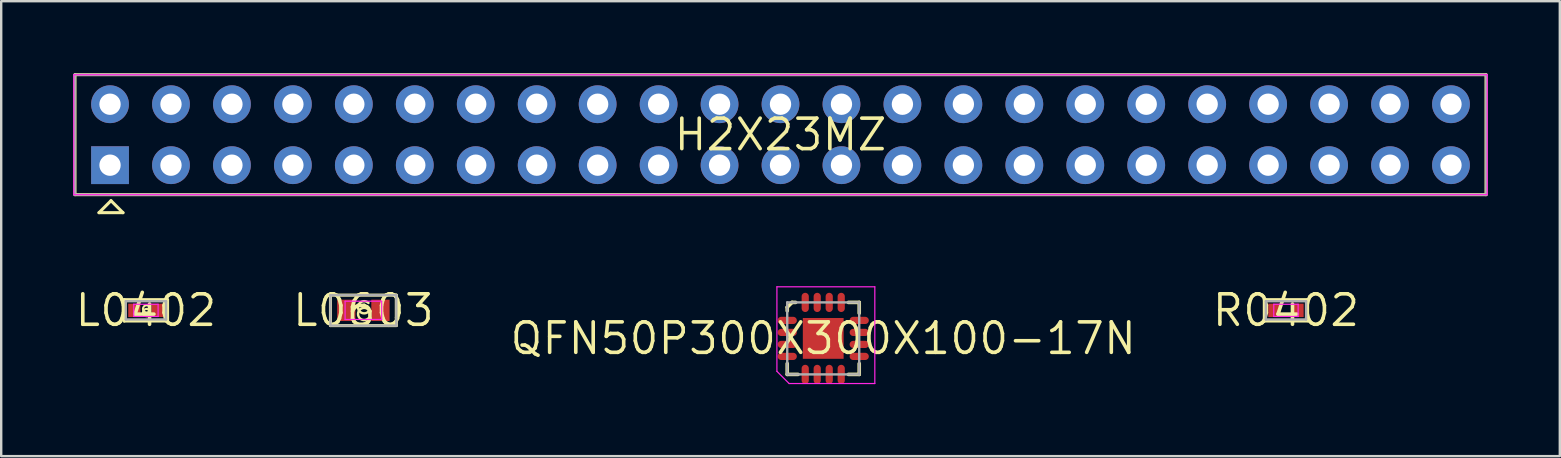
<source format=kicad_pcb>
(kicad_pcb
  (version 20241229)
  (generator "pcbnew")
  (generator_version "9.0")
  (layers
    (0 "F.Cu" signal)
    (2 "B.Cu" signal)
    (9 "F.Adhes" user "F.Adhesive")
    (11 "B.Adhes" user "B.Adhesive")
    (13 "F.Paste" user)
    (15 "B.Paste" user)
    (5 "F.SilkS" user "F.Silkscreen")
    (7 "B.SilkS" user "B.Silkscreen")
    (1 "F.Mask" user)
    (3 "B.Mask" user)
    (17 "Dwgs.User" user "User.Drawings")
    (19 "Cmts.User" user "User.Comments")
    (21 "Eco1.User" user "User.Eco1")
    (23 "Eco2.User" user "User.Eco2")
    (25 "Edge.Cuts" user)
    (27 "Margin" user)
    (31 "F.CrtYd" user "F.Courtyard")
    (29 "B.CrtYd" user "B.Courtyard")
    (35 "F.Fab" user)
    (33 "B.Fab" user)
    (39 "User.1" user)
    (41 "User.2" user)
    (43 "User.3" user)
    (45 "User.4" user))
  (footprint "L0603"
    (layer "F.Cu")
    (at 12.093 9.883)
    (property "Reference" "L0603" (at 0 0 180) (layer "F.SilkS") (effects (font (size 1.27 1.27) (thickness 0.15))))
    (fp_line (start -1.372 -0.635) (end 1.372 -0.635) (stroke (width 0.127) (type solid)) (layer "F.SilkS"))
    (fp_line (start -1.372 0.635) (end -1.372 -0.635) (stroke (width 0.127) (type solid)) (layer "F.SilkS"))
    (fp_line (start 1.054 0.635) (end -1.372 0.635) (stroke (width 0.127) (type solid)) (layer "F.SilkS"))
    (fp_line (start 1.372 -0.635) (end 1.372 0.305) (stroke (width 0.127) (type solid)) (layer "F.SilkS"))
    (fp_line (start 1.372 0.301) (end 1.372 0.635) (stroke (width 0.127) (type solid)) (layer "F.SilkS"))
    (fp_line (start 1.372 0.635) (end 1.054 0.635) (stroke (width 0.127) (type solid)) (layer "F.SilkS"))
    (fp_arc (start 0.211099 0.050801) (mid -0.222473 -0.128803) (end 0.211099 -0.308407) (stroke (width 0.1016) (type solid)) (layer "F.SilkS"))
    (fp_arc (start 0.211099 0.330201) (mid -0.222473 0.150597) (end 0.211099 -0.029007) (stroke (width 0.1016) (type solid)) (layer "F.SilkS"))
    (fp_line (start -0.762 -0.381) (end 0.762 -0.381) (stroke (width 0.05) (type solid)) (layer "F.CrtYd"))
    (fp_line (start -0.762 0.381) (end -0.762 -0.381) (stroke (width 0.05) (type solid)) (layer "F.CrtYd"))
    (fp_line (start 0.762 -0.381) (end 0.762 0.381) (stroke (width 0.05) (type solid)) (layer "F.CrtYd"))
    (fp_line (start 0.762 0.381) (end -0.762 0.381) (stroke (width 0.05) (type solid)) (layer "F.CrtYd"))
    (fp_line (start -1.372 -0.635) (end -1.372 0.635) (stroke (width 0.1) (type solid)) (layer "F.Fab"))
    (fp_line (start -1.372 0.635) (end 1.372 0.635) (stroke (width 0.1) (type solid)) (layer "F.Fab"))
    (fp_line (start 1.372 -0.635) (end -1.372 -0.635) (stroke (width 0.1) (type solid)) (layer "F.Fab"))
    (fp_line (start 1.372 0.635) (end 1.372 -0.635) (stroke (width 0.1) (type solid)) (layer "F.Fab"))
    (pad "1" smd rect (at 0.711 0) (size 0.762 0.889) (layers "F.Cu" "F.Mask" "F.Paste"))
    (pad "2" smd rect (at -0.711 0) (size 0.762 0.889) (layers "F.Cu" "F.Mask" "F.Paste")))
  (footprint "L0402"
    (layer "F.Cu")
    (at 3.031 9.883)
    (property "Reference" "L0402" (at 0 0 180) (layer "F.SilkS") (effects (font (size 1.27 1.27) (thickness 0.15))))
    (fp_line (start -0.902 -0.445) (end 0.902 -0.445) (stroke (width 0.127) (type solid)) (layer "F.SilkS"))
    (fp_line (start -0.902 0.445) (end -0.902 -0.445) (stroke (width 0.127) (type solid)) (layer "F.SilkS"))
    (fp_line (start 0.902 -0.445) (end 0.902 0.432) (stroke (width 0.127) (type solid)) (layer "F.SilkS"))
    (fp_line (start 0.902 0.445) (end -0.902 0.445) (stroke (width 0.127) (type solid)) (layer "F.SilkS"))
    (fp_arc (start 0.136195 0.0477) (mid -0.123929 -0.060046) (end 0.136195 -0.167792) (stroke (width 0.0889) (type solid)) (layer "F.SilkS"))
    (fp_arc (start 0.136195 0.2001) (mid -0.123929 0.092354) (end 0.136195 -0.015392) (stroke (width 0.0889) (type solid)) (layer "F.SilkS"))
    (fp_line (start -0.508 -0.254) (end 0.508 -0.254) (stroke (width 0.05) (type solid)) (layer "F.CrtYd"))
    (fp_line (start -0.508 0.254) (end -0.508 -0.254) (stroke (width 0.05) (type solid)) (layer "F.CrtYd"))
    (fp_line (start 0.508 -0.254) (end 0.508 0.254) (stroke (width 0.05) (type solid)) (layer "F.CrtYd"))
    (fp_line (start 0.508 0.254) (end -0.508 0.254) (stroke (width 0.05) (type solid)) (layer "F.CrtYd"))
    (fp_line (start -0.838 -0.381) (end 0.838 -0.381) (stroke (width 0.1) (type solid)) (layer "F.Fab"))
    (fp_line (start -0.838 0.381) (end -0.838 -0.381) (stroke (width 0.1) (type solid)) (layer "F.Fab"))
    (fp_line (start 0.838 -0.381) (end 0.838 0.381) (stroke (width 0.1) (type solid)) (layer "F.Fab"))
    (fp_line (start 0.838 0.381) (end -0.838 0.381) (stroke (width 0.1) (type solid)) (layer "F.Fab"))
    (pad "1" smd rect (at 0.483 0) (size 0.508 0.559) (layers "F.Cu" "F.Mask" "F.Paste"))
    (pad "2" smd rect (at -0.483 0) (size 0.508 0.559) (layers "F.Cu" "F.Mask" "F.Paste")))
  (footprint "QFN50P300X300X100-17N"
    (layer "F.Cu")
    (at 31.255 11.052)
    (property "Reference" "QFN50P300X300X100-17N" (at 0 0 0) (layer "F.SilkS") (effects (font (size 1.27 1.27) (thickness 0.15))))
    (fp_line (start -1.5 -1.3) (end -1.3 -1.5) (stroke (width 0.15) (type solid)) (layer "F.SilkS"))
    (fp_line (start -1.5 -1.15) (end -1.5 -1.3) (stroke (width 0.15) (type solid)) (layer "F.SilkS"))
    (fp_line (start -1.5 1.05) (end -1.5 1.5) (stroke (width 0.15) (type solid)) (layer "F.SilkS"))
    (fp_line (start -1.5 1.5) (end -1.05 1.5) (stroke (width 0.15) (type solid)) (layer "F.SilkS"))
    (fp_line (start -1.3 -1.5) (end -1.15 -1.5) (stroke (width 0.15) (type solid)) (layer "F.SilkS"))
    (fp_line (start 1.5 -1.5) (end 1.05 -1.5) (stroke (width 0.15) (type solid)) (layer "F.SilkS"))
    (fp_line (start 1.5 -1.05) (end 1.5 -1.5) (stroke (width 0.15) (type solid)) (layer "F.SilkS"))
    (fp_line (start 1.5 1.05) (end 1.5 1.5) (stroke (width 0.15) (type solid)) (layer "F.SilkS"))
    (fp_line (start 1.5 1.5) (end 1.05 1.5) (stroke (width 0.15) (type solid)) (layer "F.SilkS"))
    (fp_line (start -1.93 -2.15) (end 2.15 -2.15) (stroke (width 0.05) (type solid)) (layer "F.CrtYd"))
    (fp_line (start -1.93 1.372) (end -1.93 -2.15) (stroke (width 0.05) (type solid)) (layer "F.CrtYd"))
    (fp_line (start -1.422 1.88) (end -1.93 1.372) (stroke (width 0.05) (type solid)) (layer "F.CrtYd"))
    (fp_line (start 2.15 -2.15) (end 2.15 1.88) (stroke (width 0.05) (type solid)) (layer "F.CrtYd"))
    (fp_line (start 2.15 1.88) (end -1.422 1.88) (stroke (width 0.05) (type solid)) (layer "F.CrtYd"))
    (fp_line (start -1.5 -1.5) (end 1.5 -1.5) (stroke (width 0.1) (type solid)) (layer "F.Fab"))
    (fp_line (start -1.5 1.5) (end -1.5 -1.5) (stroke (width 0.1) (type solid)) (layer "F.Fab"))
    (fp_line (start 1.5 -1.5) (end 1.5 1.5) (stroke (width 0.1) (type solid)) (layer "F.Fab"))
    (fp_line (start 1.5 1.5) (end -1.5 1.5) (stroke (width 0.1) (type solid)) (layer "F.Fab"))
    (pad "1" smd oval (at -1.5 -0.75) (size 0.8 0.3) (layers "F.Cu" "F.Mask" "F.Paste"))
    (pad "2" smd oval (at -1.5 -0.25) (size 0.8 0.3) (layers "F.Cu" "F.Mask" "F.Paste"))
    (pad "3" smd oval (at -1.5 0.25) (size 0.8 0.3) (layers "F.Cu" "F.Mask" "F.Paste"))
    (pad "4" smd oval (at -1.5 0.75) (size 0.8 0.3) (layers "F.Cu" "F.Mask" "F.Paste"))
    (pad "5" smd oval (at -0.75 1.5 270) (size 0.8 0.3) (layers "F.Cu" "F.Mask" "F.Paste"))
    (pad "6" smd oval (at -0.25 1.5 270) (size 0.8 0.3) (layers "F.Cu" "F.Mask" "F.Paste"))
    (pad "7" smd oval (at 0.25 1.5 270) (size 0.8 0.3) (layers "F.Cu" "F.Mask" "F.Paste"))
    (pad "8" smd oval (at 0.75 1.5 270) (size 0.8 0.3) (layers "F.Cu" "F.Mask" "F.Paste"))
    (pad "9" smd oval (at 1.5 0.75 180) (size 0.8 0.3) (layers "F.Cu" "F.Mask" "F.Paste"))
    (pad "10" smd oval (at 1.5 0.25 180) (size 0.8 0.3) (layers "F.Cu" "F.Mask" "F.Paste"))
    (pad "11" smd oval (at 1.5 -0.25 180) (size 0.8 0.3) (layers "F.Cu" "F.Mask" "F.Paste"))
    (pad "12" smd oval (at 1.5 -0.75 180) (size 0.8 0.3) (layers "F.Cu" "F.Mask" "F.Paste"))
    (pad "13" smd oval (at 0.75 -1.5 90) (size 0.8 0.3) (layers "F.Cu" "F.Mask" "F.Paste"))
    (pad "14" smd oval (at 0.25 -1.5 90) (size 0.8 0.3) (layers "F.Cu" "F.Mask" "F.Paste"))
    (pad "15" smd oval (at -0.25 -1.5 90) (size 0.8 0.3) (layers "F.Cu" "F.Mask" "F.Paste"))
    (pad "16" smd oval (at -0.75 -1.5 90) (size 0.8 0.3) (layers "F.Cu" "F.Mask" "F.Paste"))
    (pad "17" smd rect (at 0 0) (size 1.7 1.7) (layers "F.Cu" "F.Mask" "F.Paste")))
  (footprint "R0402"
    (layer "F.Cu")
    (at 50.538 9.883)
    (property "Reference" "R0402" (at 0 0 180) (layer "F.SilkS") (effects (font (size 1.27 1.27) (thickness 0.15))))
    (fp_line (start -0.902 -0.445) (end 0.902 -0.445) (stroke (width 0.127) (type solid)) (layer "F.SilkS"))
    (fp_line (start -0.902 0.445) (end -0.902 -0.445) (stroke (width 0.127) (type solid)) (layer "F.SilkS"))
    (fp_line (start 0.902 -0.445) (end 0.902 0.432) (stroke (width 0.127) (type solid)) (layer "F.SilkS"))
    (fp_line (start 0.902 0.445) (end -0.902 0.445) (stroke (width 0.127) (type solid)) (layer "F.SilkS"))
    (fp_line (start -0.508 -0.254) (end 0.508 -0.254) (stroke (width 0.05) (type solid)) (layer "F.CrtYd"))
    (fp_line (start -0.508 0.254) (end -0.508 -0.254) (stroke (width 0.05) (type solid)) (layer "F.CrtYd"))
    (fp_line (start 0.508 -0.254) (end 0.508 0.254) (stroke (width 0.05) (type solid)) (layer "F.CrtYd"))
    (fp_line (start 0.508 0.254) (end -0.508 0.254) (stroke (width 0.05) (type solid)) (layer "F.CrtYd"))
    (fp_line (start -0.838 -0.381) (end 0.838 -0.381) (stroke (width 0.1) (type solid)) (layer "F.Fab"))
    (fp_line (start -0.838 0.381) (end -0.838 -0.381) (stroke (width 0.1) (type solid)) (layer "F.Fab"))
    (fp_line (start 0.838 -0.381) (end 0.838 0.381) (stroke (width 0.1) (type solid)) (layer "F.Fab"))
    (fp_line (start 0.838 0.381) (end -0.838 0.381) (stroke (width 0.1) (type solid)) (layer "F.Fab"))
    (pad "1" smd rect (at 0.483 0) (size 0.508 0.559) (layers "F.Cu" "F.Mask" "F.Paste"))
    (pad "2" smd rect (at -0.483 0) (size 0.508 0.559) (layers "F.Cu" "F.Mask" "F.Paste")))
  (footprint "H2X23MZ"
    (layer "F.Cu")
    (at 29.475 2.563)
    (property "Reference" "H2X23MZ" (at 0 0 0) (layer "F.SilkS") (effects (font (size 1.27 1.27) (thickness 0.15))))
    (fp_line (start -29.4 -2.5) (end 29.4 -2.5) (stroke (width 0.127) (type solid)) (layer "F.SilkS"))
    (fp_line (start -29.4 2.5) (end -29.4 -2.5) (stroke (width 0.127) (type solid)) (layer "F.SilkS"))
    (fp_line (start -28.4 3.25) (end -27.4 3.25) (stroke (width 0.127) (type solid)) (layer "F.SilkS"))
    (fp_line (start -27.9 2.75) (end -28.4 3.25) (stroke (width 0.127) (type solid)) (layer "F.SilkS"))
    (fp_line (start -27.4 3.25) (end -27.9 2.75) (stroke (width 0.127) (type solid)) (layer "F.SilkS"))
    (fp_line (start 29.4 -2.5) (end 29.4 2.5) (stroke (width 0.127) (type solid)) (layer "F.SilkS"))
    (fp_line (start 29.4 2.5) (end -29.4 2.5) (stroke (width 0.127) (type solid)) (layer "F.SilkS"))
    (fp_line (start -29.45 -2.5) (end -29.45 2.5) (stroke (width 0.05) (type solid)) (layer "F.CrtYd"))
    (fp_line (start -29.45 2.5) (end 29.45 2.5) (stroke (width 0.05) (type solid)) (layer "F.CrtYd"))
    (fp_line (start 29.45 -2.5) (end -29.45 -2.5) (stroke (width 0.05) (type solid)) (layer "F.CrtYd"))
    (fp_line (start 29.45 2.5) (end 29.45 -2.5) (stroke (width 0.05) (type solid)) (layer "F.CrtYd"))
    (fp_line (start -29.41 -2.5) (end 29.41 -2.5) (stroke (width 0.1) (type solid)) (layer "F.Fab"))
    (fp_line (start -29.41 2.5) (end -29.41 -2.5) (stroke (width 0.1) (type solid)) (layer "F.Fab"))
    (fp_line (start 29.41 -2.5) (end 29.41 2.5) (stroke (width 0.1) (type solid)) (layer "F.Fab"))
    (fp_line (start 29.41 2.5) (end -29.41 2.5) (stroke (width 0.1) (type solid)) (layer "F.Fab"))
    (pad "1" thru_hole rect (at -27.94 1.27) (size 1.575 1.575) (drill 0.889) (layers "*.Cu" "*.Mask"))
    (pad "2" thru_hole circle (at -27.94 -1.27) (size 1.575 1.575) (drill 0.889) (layers "*.Cu" "*.Mask"))
    (pad "3" thru_hole circle (at -25.4 1.27) (size 1.575 1.575) (drill 0.889) (layers "*.Cu" "*.Mask"))
    (pad "4" thru_hole circle (at -25.4 -1.27) (size 1.575 1.575) (drill 0.889) (layers "*.Cu" "*.Mask"))
    (pad "5" thru_hole circle (at -22.86 1.27) (size 1.575 1.575) (drill 0.889) (layers "*.Cu" "*.Mask"))
    (pad "6" thru_hole circle (at -22.86 -1.27) (size 1.575 1.575) (drill 0.889) (layers "*.Cu" "*.Mask"))
    (pad "7" thru_hole circle (at -20.32 1.27) (size 1.575 1.575) (drill 0.889) (layers "*.Cu" "*.Mask"))
    (pad "8" thru_hole circle (at -20.32 -1.27) (size 1.575 1.575) (drill 0.889) (layers "*.Cu" "*.Mask"))
    (pad "9" thru_hole circle (at -17.78 1.27) (size 1.575 1.575) (drill 0.889) (layers "*.Cu" "*.Mask"))
    (pad "10" thru_hole circle (at -17.78 -1.27) (size 1.575 1.575) (drill 0.889) (layers "*.Cu" "*.Mask"))
    (pad "11" thru_hole circle (at -15.24 1.27) (size 1.575 1.575) (drill 0.889) (layers "*.Cu" "*.Mask"))
    (pad "12" thru_hole circle (at -15.24 -1.27) (size 1.575 1.575) (drill 0.889) (layers "*.Cu" "*.Mask"))
    (pad "13" thru_hole circle (at -12.7 1.27) (size 1.575 1.575) (drill 0.889) (layers "*.Cu" "*.Mask"))
    (pad "14" thru_hole circle (at -12.7 -1.27) (size 1.575 1.575) (drill 0.889) (layers "*.Cu" "*.Mask"))
    (pad "15" thru_hole circle (at -10.16 1.27) (size 1.575 1.575) (drill 0.889) (layers "*.Cu" "*.Mask"))
    (pad "16" thru_hole circle (at -10.16 -1.27) (size 1.575 1.575) (drill 0.889) (layers "*.Cu" "*.Mask"))
    (pad "17" thru_hole circle (at -7.62 1.27) (size 1.575 1.575) (drill 0.889) (layers "*.Cu" "*.Mask"))
    (pad "18" thru_hole circle (at -7.62 -1.27) (size 1.575 1.575) (drill 0.889) (layers "*.Cu" "*.Mask"))
    (pad "19" thru_hole circle (at -5.08 1.27) (size 1.575 1.575) (drill 0.889) (layers "*.Cu" "*.Mask"))
    (pad "20" thru_hole circle (at -5.08 -1.27) (size 1.575 1.575) (drill 0.889) (layers "*.Cu" "*.Mask"))
    (pad "21" thru_hole circle (at -2.54 1.27) (size 1.575 1.575) (drill 0.889) (layers "*.Cu" "*.Mask"))
    (pad "22" thru_hole circle (at -2.54 -1.27) (size 1.575 1.575) (drill 0.889) (layers "*.Cu" "*.Mask"))
    (pad "23" thru_hole circle (at 0 1.27) (size 1.575 1.575) (drill 0.889) (layers "*.Cu" "*.Mask"))
    (pad "24" thru_hole circle (at 0 -1.27) (size 1.575 1.575) (drill 0.889) (layers "*.Cu" "*.Mask"))
    (pad "25" thru_hole circle (at 2.54 1.27) (size 1.575 1.575) (drill 0.889) (layers "*.Cu" "*.Mask"))
    (pad "26" thru_hole circle (at 2.54 -1.27) (size 1.575 1.575) (drill 0.889) (layers "*.Cu" "*.Mask"))
    (pad "27" thru_hole circle (at 5.08 1.27) (size 1.575 1.575) (drill 0.889) (layers "*.Cu" "*.Mask"))
    (pad "28" thru_hole circle (at 5.08 -1.27) (size 1.575 1.575) (drill 0.889) (layers "*.Cu" "*.Mask"))
    (pad "29" thru_hole circle (at 7.62 1.27) (size 1.575 1.575) (drill 0.889) (layers "*.Cu" "*.Mask"))
    (pad "30" thru_hole circle (at 7.62 -1.27) (size 1.575 1.575) (drill 0.889) (layers "*.Cu" "*.Mask"))
    (pad "31" thru_hole circle (at 10.16 1.27) (size 1.575 1.575) (drill 0.889) (layers "*.Cu" "*.Mask"))
    (pad "32" thru_hole circle (at 10.16 -1.27) (size 1.575 1.575) (drill 0.889) (layers "*.Cu" "*.Mask"))
    (pad "33" thru_hole circle (at 12.7 1.27) (size 1.575 1.575) (drill 0.889) (layers "*.Cu" "*.Mask"))
    (pad "34" thru_hole circle (at 12.7 -1.27) (size 1.575 1.575) (drill 0.889) (layers "*.Cu" "*.Mask"))
    (pad "35" thru_hole circle (at 15.24 1.27) (size 1.575 1.575) (drill 0.889) (layers "*.Cu" "*.Mask"))
    (pad "36" thru_hole circle (at 15.24 -1.27) (size 1.575 1.575) (drill 0.889) (layers "*.Cu" "*.Mask"))
    (pad "37" thru_hole circle (at 17.78 1.27) (size 1.575 1.575) (drill 0.889) (layers "*.Cu" "*.Mask"))
    (pad "38" thru_hole circle (at 17.78 -1.27) (size 1.575 1.575) (drill 0.889) (layers "*.Cu" "*.Mask"))
    (pad "39" thru_hole circle (at 20.32 1.27) (size 1.575 1.575) (drill 0.889) (layers "*.Cu" "*.Mask"))
    (pad "40" thru_hole circle (at 20.32 -1.27) (size 1.575 1.575) (drill 0.889) (layers "*.Cu" "*.Mask"))
    (pad "41" thru_hole circle (at 22.86 1.27) (size 1.575 1.575) (drill 0.889) (layers "*.Cu" "*.Mask"))
    (pad "42" thru_hole circle (at 22.86 -1.27) (size 1.575 1.575) (drill 0.889) (layers "*.Cu" "*.Mask"))
    (pad "43" thru_hole circle (at 25.4 1.27) (size 1.575 1.575) (drill 0.889) (layers "*.Cu" "*.Mask"))
    (pad "44" thru_hole circle (at 25.4 -1.27) (size 1.575 1.575) (drill 0.889) (layers "*.Cu" "*.Mask"))
    (pad "45" thru_hole circle (at 27.94 1.27) (size 1.575 1.575) (drill 0.889) (layers "*.Cu" "*.Mask"))
    (pad "46" thru_hole circle (at 27.94 -1.27) (size 1.575 1.575) (drill 0.889) (layers "*.Cu" "*.Mask")))
  (gr_rect
    (start -3 -3)
    (end 61.95 15.957)
    (stroke (width 0.1) (type default))
    (fill no)
    (layer "Edge.Cuts")))
</source>
